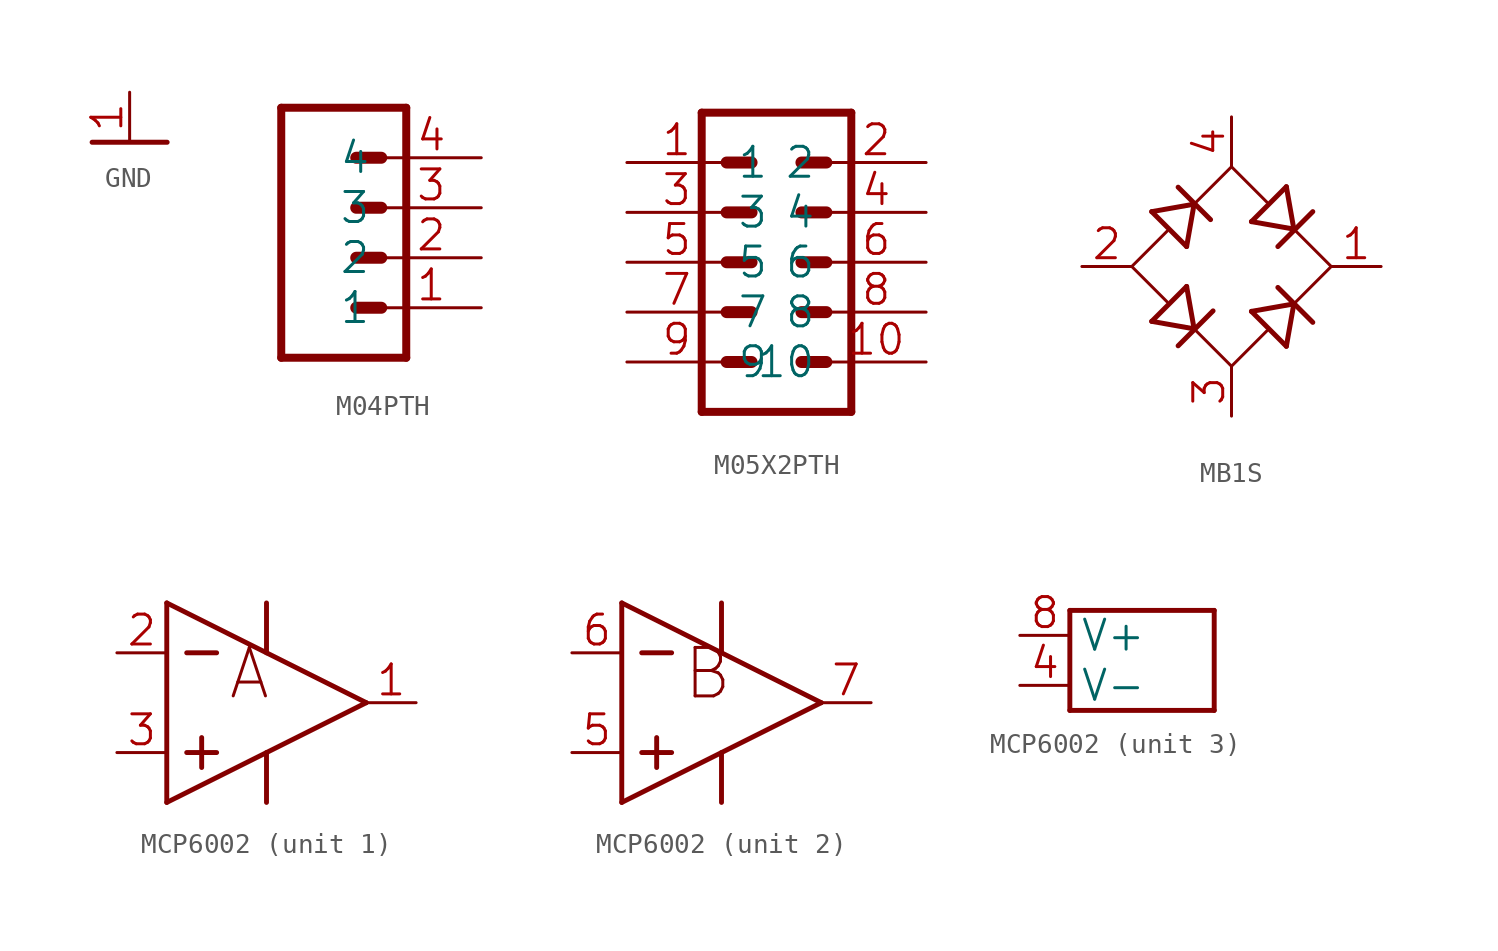
<source format=kicad_sym>
(kicad_symbol_lib
  (version 20241209)
  (generator "kicad_symbol_editor")
  (generator_version "9.0")
  (symbol "GND"
    (power)
    (property "Reference" "#GND"
      (at 0 0 0)
      (effects (font (size 1.27 1.27)) (hide yes)))
    (property "ki_locked" ""
      (at 0 0 0)
      (effects (font (size 1.27 1.27))))
    (symbol "GND_1_0"
      (polyline (pts (xy 1.905 0) (xy -1.905 0)) (stroke (width 0.254) (type solid)) (fill (type none)))
      (pin power_in line (at 0 2.54 270) (length 2.54) (name "GND" (effects (font (size 0 0)))) (number "1" (effects (font (size 1.524 1.524)))))))
  (symbol "M04PTH"
    (property "Reference" "JP"
      (at 0 0 0)
      (effects (font (size 1.27 1.27)) (hide yes)))
    (property "ki_locked" ""
      (at 0 0 0)
      (effects (font (size 1.27 1.27))))
    (symbol "M04PTH_1_0"
      (polyline (pts (xy -3.175 6.35) (xy -3.175 -6.35)) (stroke (width 0.406) (type solid)) (fill (type none)))
      (polyline (pts (xy -3.175 6.35) (xy 3.175 6.35)) (stroke (width 0.406) (type solid)) (fill (type none)))
      (polyline (pts (xy 0.635 3.81) (xy 1.905 3.81)) (stroke (width 0.61) (type solid)) (fill (type none)))
      (polyline (pts (xy 0.635 1.27) (xy 1.905 1.27)) (stroke (width 0.61) (type solid)) (fill (type none)))
      (polyline (pts (xy 0.635 -1.27) (xy 1.905 -1.27)) (stroke (width 0.61) (type solid)) (fill (type none)))
      (polyline (pts (xy 0.635 -3.81) (xy 1.905 -3.81)) (stroke (width 0.61) (type solid)) (fill (type none)))
      (polyline (pts (xy 3.175 -6.35) (xy -3.175 -6.35)) (stroke (width 0.406) (type solid)) (fill (type none)))
      (polyline (pts (xy 3.175 -6.35) (xy 3.175 6.35)) (stroke (width 0.406) (type solid)) (fill (type none)))
      (pin passive line (at 6.985 3.81 180) (length 5.08) (name "4" (effects (font (size 1.524 1.524)))) (number "4" (effects (font (size 1.524 1.524)))))
      (pin passive line (at 6.985 1.27 180) (length 5.08) (name "3" (effects (font (size 1.524 1.524)))) (number "3" (effects (font (size 1.524 1.524)))))
      (pin passive line (at 6.985 -1.27 180) (length 5.08) (name "2" (effects (font (size 1.524 1.524)))) (number "2" (effects (font (size 1.524 1.524)))))
      (pin passive line (at 6.985 -3.81 180) (length 5.08) (name "1" (effects (font (size 1.524 1.524)))) (number "1" (effects (font (size 1.524 1.524)))))))
  (symbol "M05X2PTH"
    (property "Reference" "P"
      (at 0 0 0)
      (effects (font (size 1.27 1.27)) (hide yes)))
    (property "ki_locked" ""
      (at 0 0 0)
      (effects (font (size 1.27 1.27))))
    (symbol "M05X2PTH_1_0"
      (polyline (pts (xy -3.81 7.62) (xy -3.81 -7.62)) (stroke (width 0.406) (type solid)) (fill (type none)))
      (polyline (pts (xy -3.81 7.62) (xy 3.81 7.62)) (stroke (width 0.406) (type solid)) (fill (type none)))
      (polyline (pts (xy -1.27 5.08) (xy -2.54 5.08)) (stroke (width 0.61) (type solid)) (fill (type none)))
      (polyline (pts (xy -1.27 2.54) (xy -2.54 2.54)) (stroke (width 0.61) (type solid)) (fill (type none)))
      (polyline (pts (xy -1.27 0) (xy -2.54 0)) (stroke (width 0.61) (type solid)) (fill (type none)))
      (polyline (pts (xy -1.27 -2.54) (xy -2.54 -2.54)) (stroke (width 0.61) (type solid)) (fill (type none)))
      (polyline (pts (xy -1.27 -5.08) (xy -2.54 -5.08)) (stroke (width 0.61) (type solid)) (fill (type none)))
      (polyline (pts (xy 1.27 5.08) (xy 2.54 5.08)) (stroke (width 0.61) (type solid)) (fill (type none)))
      (polyline (pts (xy 1.27 2.54) (xy 2.54 2.54)) (stroke (width 0.61) (type solid)) (fill (type none)))
      (polyline (pts (xy 1.27 0) (xy 2.54 0)) (stroke (width 0.61) (type solid)) (fill (type none)))
      (polyline (pts (xy 1.27 -2.54) (xy 2.54 -2.54)) (stroke (width 0.61) (type solid)) (fill (type none)))
      (polyline (pts (xy 1.27 -5.08) (xy 2.54 -5.08)) (stroke (width 0.61) (type solid)) (fill (type none)))
      (polyline (pts (xy 3.81 -7.62) (xy -3.81 -7.62)) (stroke (width 0.406) (type solid)) (fill (type none)))
      (polyline (pts (xy 3.81 -7.62) (xy 3.81 7.62)) (stroke (width 0.406) (type solid)) (fill (type none)))
      (pin passive line (at -7.62 5.08 0) (length 5.08) (name "1" (effects (font (size 1.524 1.524)))) (number "1" (effects (font (size 1.524 1.524)))))
      (pin passive line (at -7.62 2.54 0) (length 5.08) (name "3" (effects (font (size 1.524 1.524)))) (number "3" (effects (font (size 1.524 1.524)))))
      (pin passive line (at -7.62 0 0) (length 5.08) (name "5" (effects (font (size 1.524 1.524)))) (number "5" (effects (font (size 1.524 1.524)))))
      (pin passive line (at -7.62 -2.54 0) (length 5.08) (name "7" (effects (font (size 1.524 1.524)))) (number "7" (effects (font (size 1.524 1.524)))))
      (pin passive line (at -7.62 -5.08 0) (length 5.08) (name "9" (effects (font (size 1.524 1.524)))) (number "9" (effects (font (size 1.524 1.524)))))
      (pin passive line (at 7.62 5.08 180) (length 5.08) (name "2" (effects (font (size 1.524 1.524)))) (number "2" (effects (font (size 1.524 1.524)))))
      (pin passive line (at 7.62 2.54 180) (length 5.08) (name "4" (effects (font (size 1.524 1.524)))) (number "4" (effects (font (size 1.524 1.524)))))
      (pin passive line (at 7.62 0 180) (length 5.08) (name "6" (effects (font (size 1.524 1.524)))) (number "6" (effects (font (size 1.524 1.524)))))
      (pin passive line (at 7.62 -2.54 180) (length 5.08) (name "8" (effects (font (size 1.524 1.524)))) (number "8" (effects (font (size 1.524 1.524)))))
      (pin passive line (at 7.62 -5.08 180) (length 5.08) (name "10" (effects (font (size 1.524 1.524)))) (number "10" (effects (font (size 1.524 1.524)))))))
  (symbol "MB1S"
    (property "Reference" "D"
      (at 0 0 0)
      (effects (font (size 1.27 1.27)) (hide yes)))
    (property "ki_locked" ""
      (at 0 0 0)
      (effects (font (size 1.27 1.27))))
    (symbol "MB1S_1_0"
      (polyline (pts (xy -5.08 0) (xy -3.277 1.803)) (stroke (width 0.152) (type solid)) (fill (type none)))
      (polyline (pts (xy -4.064 2.794) (xy -2.286 1.016)) (stroke (width 0.254) (type solid)) (fill (type none)))
      (polyline (pts (xy -4.064 -2.794) (xy -2.286 -1.016)) (stroke (width 0.254) (type solid)) (fill (type none)))
      (polyline (pts (xy -3.277 -1.803) (xy -5.08 0)) (stroke (width 0.152) (type solid)) (fill (type none)))
      (polyline (pts (xy -2.718 4.039) (xy -1.067 2.388)) (stroke (width 0.254) (type solid)) (fill (type none)))
      (polyline (pts (xy -2.718 -4.039) (xy -0.94 -2.261)) (stroke (width 0.254) (type solid)) (fill (type none)))
      (polyline (pts (xy -1.905 3.175) (xy -4.064 2.794)) (stroke (width 0.254) (type solid)) (fill (type none)))
      (polyline (pts (xy -1.905 3.175) (xy -2.286 1.016)) (stroke (width 0.254) (type solid)) (fill (type none)))
      (polyline (pts (xy -1.905 3.175) (xy 0 5.08)) (stroke (width 0.152) (type solid)) (fill (type none)))
      (polyline (pts (xy -1.905 -3.175) (xy -4.064 -2.794)) (stroke (width 0.254) (type solid)) (fill (type none)))
      (polyline (pts (xy -1.905 -3.175) (xy -2.286 -1.016)) (stroke (width 0.254) (type solid)) (fill (type none)))
      (polyline (pts (xy 0 5.08) (xy 1.803 3.277)) (stroke (width 0.152) (type solid)) (fill (type none)))
      (polyline (pts (xy 0 -5.08) (xy -1.905 -3.175)) (stroke (width 0.152) (type solid)) (fill (type none)))
      (polyline (pts (xy 0 -5.08) (xy 1.803 -3.277)) (stroke (width 0.152) (type solid)) (fill (type none)))
      (polyline (pts (xy 1.016 2.286) (xy 2.794 4.064)) (stroke (width 0.254) (type solid)) (fill (type none)))
      (polyline (pts (xy 1.016 -2.286) (xy 2.794 -4.064)) (stroke (width 0.254) (type solid)) (fill (type none)))
      (polyline (pts (xy 2.362 1.016) (xy 4.14 2.794)) (stroke (width 0.254) (type solid)) (fill (type none)))
      (polyline (pts (xy 2.362 -1.067) (xy 4.14 -2.845)) (stroke (width 0.254) (type solid)) (fill (type none)))
      (polyline (pts (xy 3.175 1.905) (xy 1.016 2.286)) (stroke (width 0.254) (type solid)) (fill (type none)))
      (polyline (pts (xy 3.175 1.905) (xy 2.794 4.064)) (stroke (width 0.254) (type solid)) (fill (type none)))
      (polyline (pts (xy 3.175 1.905) (xy 5.08 0)) (stroke (width 0.152) (type solid)) (fill (type none)))
      (polyline (pts (xy 3.175 -1.905) (xy 1.016 -2.286)) (stroke (width 0.254) (type solid)) (fill (type none)))
      (polyline (pts (xy 3.175 -1.905) (xy 2.794 -4.064)) (stroke (width 0.254) (type solid)) (fill (type none)))
      (polyline (pts (xy 5.08 0) (xy 3.175 -1.905)) (stroke (width 0.152) (type solid)) (fill (type none)))
      (pin passive line (at -7.62 0 0) (length 2.54) (name "-" (effects (font (size 0 0)))) (number "2" (effects (font (size 1.524 1.524)))))
      (pin passive line (at 0 7.62 270) (length 2.54) (name "AC1" (effects (font (size 0 0)))) (number "4" (effects (font (size 1.524 1.524)))))
      (pin passive line (at 0 -7.62 90) (length 2.54) (name "AC2" (effects (font (size 0 0)))) (number "3" (effects (font (size 1.524 1.524)))))
      (pin passive line (at 7.62 0 180) (length 2.54) (name "+" (effects (font (size 0 0)))) (number "1" (effects (font (size 1.524 1.524)))))))
  (symbol "MCP6002"
    (property "Reference" "U"
      (at 0 0 0)
      (effects (font (size 1.27 1.27)) (hide yes)))
    (property "ki_locked" ""
      (at 0 0 0)
      (effects (font (size 1.27 1.27))))
    (symbol "MCP6002_1_0"
      (polyline (pts (xy -5.08 5.08) (xy -5.08 -5.08)) (stroke (width 0.25) (type solid)) (fill (type none)))
      (polyline (pts (xy -5.08 5.08) (xy 5.08 0)) (stroke (width 0.25) (type solid)) (fill (type none)))
      (polyline (pts (xy -5.08 -5.08) (xy 5.08 0)) (stroke (width 0.25) (type solid)) (fill (type none)))
      (polyline (pts (xy -4.064 2.54) (xy -2.54 2.54)) (stroke (width 0.25) (type solid)) (fill (type none)))
      (polyline (pts (xy -4.064 -2.54) (xy -2.54 -2.54)) (stroke (width 0.25) (type solid)) (fill (type none)))
      (polyline (pts (xy -3.302 -1.778) (xy -3.302 -3.302)) (stroke (width 0.25) (type solid)) (fill (type none)))
      (polyline (pts (xy 0 5.08) (xy 0 2.54)) (stroke (width 0.25) (type solid)) (fill (type none)))
      (polyline (pts (xy 0 -2.54) (xy 0 -5.08)) (stroke (width 0.25) (type solid)) (fill (type none)))
      (text "A" (at -2.032 2.923 0) (effects (font (size 2.467 2.467)) (justify left top)))
      (pin input line (at -7.62 2.54 0) (length 2.54) (name "IN-" (effects (font (size 0 0)))) (number "2" (effects (font (size 1.524 1.524)))))
      (pin input line (at -7.62 -2.54 0) (length 2.54) (name "IN+" (effects (font (size 0 0)))) (number "3" (effects (font (size 1.524 1.524)))))
      (pin output line (at 7.62 0 180) (length 2.54) (name "OUT" (effects (font (size 0 0)))) (number "1" (effects (font (size 1.524 1.524))))))
    (symbol "MCP6002_2_0"
      (polyline (pts (xy -5.08 5.08) (xy -5.08 -5.08)) (stroke (width 0.25) (type solid)) (fill (type none)))
      (polyline (pts (xy -5.08 5.08) (xy 5.08 0)) (stroke (width 0.25) (type solid)) (fill (type none)))
      (polyline (pts (xy -5.08 -5.08) (xy 5.08 0)) (stroke (width 0.25) (type solid)) (fill (type none)))
      (polyline (pts (xy -4.064 2.54) (xy -2.54 2.54)) (stroke (width 0.25) (type solid)) (fill (type none)))
      (polyline (pts (xy -4.064 -2.54) (xy -2.54 -2.54)) (stroke (width 0.25) (type solid)) (fill (type none)))
      (polyline (pts (xy -3.302 -1.778) (xy -3.302 -3.302)) (stroke (width 0.25) (type solid)) (fill (type none)))
      (polyline (pts (xy 0 5.08) (xy 0 2.54)) (stroke (width 0.25) (type solid)) (fill (type none)))
      (polyline (pts (xy 0 -2.54) (xy 0 -5.08)) (stroke (width 0.25) (type solid)) (fill (type none)))
      (text "B" (at -2.032 2.923 0) (effects (font (size 2.467 2.467)) (justify left top)))
      (pin input line (at -7.62 2.54 0) (length 2.54) (name "IN-" (effects (font (size 0 0)))) (number "6" (effects (font (size 1.524 1.524)))))
      (pin input line (at -7.62 -2.54 0) (length 2.54) (name "IN+" (effects (font (size 0 0)))) (number "5" (effects (font (size 1.524 1.524)))))
      (pin output line (at 7.62 0 180) (length 2.54) (name "OUT" (effects (font (size 0 0)))) (number "7" (effects (font (size 1.524 1.524))))))
    (symbol "MCP6002_3_0"
      (polyline (pts (xy -3.667 2.54) (xy 3.667 2.54)) (stroke (width 0.25) (type solid)) (fill (type none)))
      (polyline (pts (xy -3.667 -2.54) (xy -3.667 2.54)) (stroke (width 0.25) (type solid)) (fill (type none)))
      (polyline (pts (xy 3.667 2.54) (xy 3.667 -2.54)) (stroke (width 0.25) (type solid)) (fill (type none)))
      (polyline (pts (xy 3.667 -2.54) (xy -3.667 -2.54)) (stroke (width 0.25) (type solid)) (fill (type none)))
      (pin power_in line (at -6.207 1.27 0) (length 2.54) (name "V+" (effects (font (size 1.524 1.524)))) (number "8" (effects (font (size 1.524 1.524)))))
      (pin power_in line (at -6.207 -1.27 0) (length 2.54) (name "V-" (effects (font (size 1.524 1.524)))) (number "4" (effects (font (size 1.524 1.524))))))))
</source>
